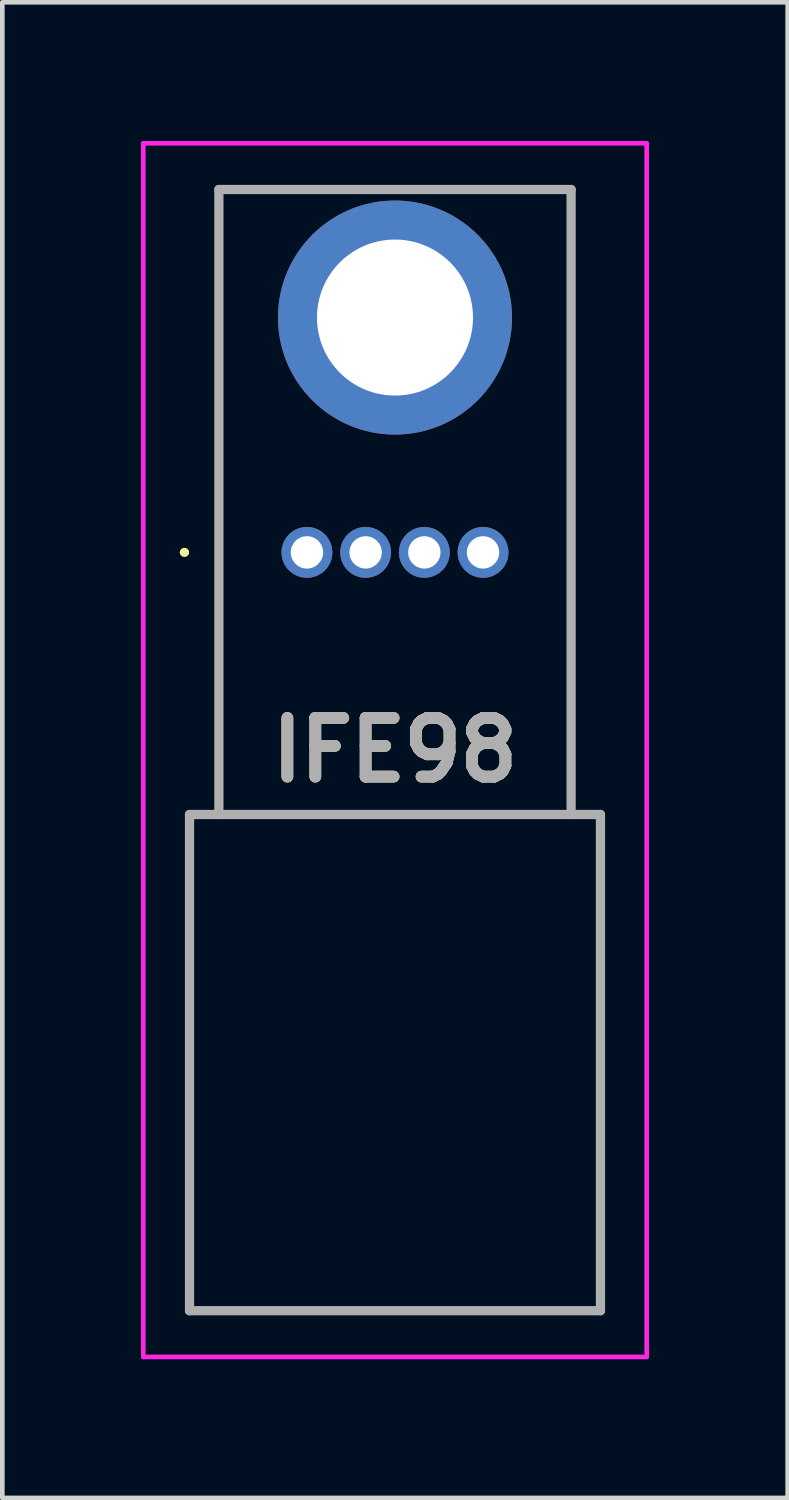
<source format=kicad_pcb>
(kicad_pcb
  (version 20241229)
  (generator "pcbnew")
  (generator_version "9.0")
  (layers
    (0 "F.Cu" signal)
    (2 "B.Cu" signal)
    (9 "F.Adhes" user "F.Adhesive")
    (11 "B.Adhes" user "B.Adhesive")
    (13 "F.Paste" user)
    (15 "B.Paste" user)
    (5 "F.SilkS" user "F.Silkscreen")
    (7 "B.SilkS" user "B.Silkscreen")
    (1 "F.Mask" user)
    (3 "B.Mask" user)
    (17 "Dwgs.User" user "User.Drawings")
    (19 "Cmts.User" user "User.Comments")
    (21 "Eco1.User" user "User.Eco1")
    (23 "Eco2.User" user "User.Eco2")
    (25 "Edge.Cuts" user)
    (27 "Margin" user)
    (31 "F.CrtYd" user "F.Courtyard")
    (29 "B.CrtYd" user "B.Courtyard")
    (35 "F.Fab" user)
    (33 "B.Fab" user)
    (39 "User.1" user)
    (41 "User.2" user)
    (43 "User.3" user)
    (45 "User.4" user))
  (footprint "IFE98"
    (layer "F.Cu")
    (at 3.59 8.9)
    (property "Reference" "IFE98" (at 1.905 4.277 0) (layer "F.SilkS") (effects (font (size 1.27 1.27) (thickness 0.254))))
    (attr through_hole)
    (fp_line (start -2.7 0) (end -2.7 0) (stroke (width 0.1) (type solid)) (layer "F.SilkS"))
    (fp_line (start -2.6 0) (end -2.6 0) (stroke (width 0.1) (type solid)) (layer "F.SilkS"))
    (fp_line (start -2.54 5.67) (end -2.54 16.405) (stroke (width 0.1) (type solid)) (layer "F.SilkS"))
    (fp_line (start -2.54 16.405) (end 6.35 16.405) (stroke (width 0.1) (type solid)) (layer "F.SilkS"))
    (fp_line (start -1.905 -7.85) (end -1.905 5.67) (stroke (width 0.1) (type solid)) (layer "F.SilkS"))
    (fp_line (start -1.905 5.67) (end -2.54 5.67) (stroke (width 0.1) (type solid)) (layer "F.SilkS"))
    (fp_line (start -1.905 5.67) (end 5.715 5.67) (stroke (width 0.1) (type solid)) (layer "F.SilkS"))
    (fp_line (start 5.715 -7.85) (end -1.905 -7.85) (stroke (width 0.1) (type solid)) (layer "F.SilkS"))
    (fp_line (start 5.715 5.67) (end 5.715 -7.85) (stroke (width 0.1) (type solid)) (layer "F.SilkS"))
    (fp_line (start 6.35 5.67) (end 5.715 5.67) (stroke (width 0.1) (type solid)) (layer "F.SilkS"))
    (fp_line (start 6.35 16.405) (end 6.35 5.67) (stroke (width 0.1) (type solid)) (layer "F.SilkS"))
    (fp_arc (start -2.7 0) (mid -2.65 -0.05) (end -2.6 0) (stroke (width 0.1) (type solid)) (layer "F.SilkS"))
    (fp_arc (start -2.6 0) (mid -2.65 0.05) (end -2.7 0) (stroke (width 0.1) (type solid)) (layer "F.SilkS"))
    (fp_line (start -3.54 -8.85) (end -3.54 17.405) (stroke (width 0.1) (type solid)) (layer "F.CrtYd"))
    (fp_line (start -3.54 17.405) (end 7.35 17.405) (stroke (width 0.1) (type solid)) (layer "F.CrtYd"))
    (fp_line (start 7.35 -8.85) (end -3.54 -8.85) (stroke (width 0.1) (type solid)) (layer "F.CrtYd"))
    (fp_line (start 7.35 17.405) (end 7.35 -8.85) (stroke (width 0.1) (type solid)) (layer "F.CrtYd"))
    (fp_line (start -2.54 5.67) (end -2.54 16.405) (stroke (width 0.2) (type solid)) (layer "F.Fab"))
    (fp_line (start -2.54 16.405) (end 6.35 16.405) (stroke (width 0.2) (type solid)) (layer "F.Fab"))
    (fp_line (start -1.905 -7.85) (end -1.905 5.67) (stroke (width 0.2) (type solid)) (layer "F.Fab"))
    (fp_line (start -1.905 5.67) (end -2.54 5.67) (stroke (width 0.2) (type solid)) (layer "F.Fab"))
    (fp_line (start -1.905 5.67) (end 5.715 5.67) (stroke (width 0.2) (type solid)) (layer "F.Fab"))
    (fp_line (start 5.715 -7.85) (end -1.905 -7.85) (stroke (width 0.2) (type solid)) (layer "F.Fab"))
    (fp_line (start 5.715 5.67) (end 5.715 -7.85) (stroke (width 0.2) (type solid)) (layer "F.Fab"))
    (fp_line (start 6.35 5.67) (end 5.715 5.67) (stroke (width 0.2) (type solid)) (layer "F.Fab"))
    (fp_line (start 6.35 16.405) (end 6.35 5.67) (stroke (width 0.2) (type solid)) (layer "F.Fab"))
    (fp_text user "${REFERENCE}" (at 1.905 4.277 0) (layer "F.Fab") (effects (font (size 1.27 1.27) (thickness 0.254))))
    (pad "" np_thru_hole circle (at -0.635 2.54) (size 0.001 0.001) (drill 1.775) (layers "*.Cu" "*.Mask"))
    (pad "" np_thru_hole circle (at 4.445 2.54) (size 0.001 0.001) (drill 1.775) (layers "*.Cu" "*.Mask"))
    (pad "1" thru_hole circle (at 0 0) (size 1.1 1.1) (drill 0.7) (layers "*.Cu" "*.Mask"))
    (pad "2" thru_hole circle (at 1.27 0) (size 1.1 1.1) (drill 0.7) (layers "*.Cu" "*.Mask"))
    (pad "3" thru_hole circle (at 2.54 0) (size 1.1 1.1) (drill 0.7) (layers "*.Cu" "*.Mask"))
    (pad "4" thru_hole circle (at 3.81 0) (size 1.1 1.1) (drill 0.7) (layers "*.Cu" "*.Mask"))
    (pad "MH1" thru_hole circle (at 1.905 -5.08) (size 5.063 5.063) (drill 3.375) (layers "*.Cu" "*.Mask")))
  (gr_rect
    (start -3 -3)
    (end 13.99 29.355)
    (stroke (width 0.1) (type default))
    (fill no)
    (layer "Edge.Cuts")))
</source>
